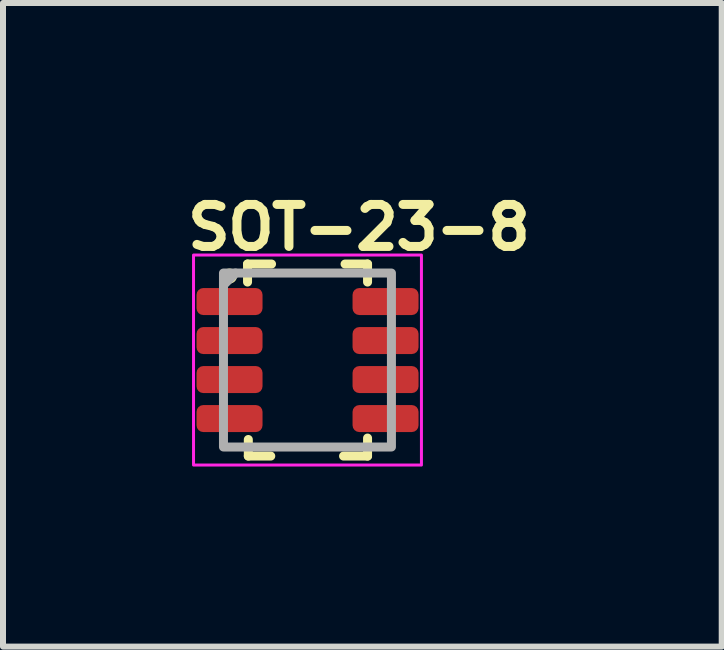
<source format=kicad_pcb>
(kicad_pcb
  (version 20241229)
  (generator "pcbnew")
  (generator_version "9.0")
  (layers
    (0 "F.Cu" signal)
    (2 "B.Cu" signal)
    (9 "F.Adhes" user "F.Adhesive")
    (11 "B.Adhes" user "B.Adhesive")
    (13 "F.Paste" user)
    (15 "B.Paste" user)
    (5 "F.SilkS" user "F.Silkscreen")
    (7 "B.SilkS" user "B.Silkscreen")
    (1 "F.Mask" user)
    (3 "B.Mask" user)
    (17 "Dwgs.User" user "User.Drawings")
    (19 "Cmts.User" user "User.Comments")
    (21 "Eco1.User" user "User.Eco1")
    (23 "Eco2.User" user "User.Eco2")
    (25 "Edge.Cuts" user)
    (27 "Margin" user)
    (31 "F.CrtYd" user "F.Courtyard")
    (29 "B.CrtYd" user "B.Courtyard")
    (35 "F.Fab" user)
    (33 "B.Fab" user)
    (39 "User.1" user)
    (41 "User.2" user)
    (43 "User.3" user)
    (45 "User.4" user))
  (footprint "SOT-23-8"
    (layer "F.Cu")
    (at 2.075 2.95)
    (property "Reference" "SOT-23-8" (at -2.075 -1.8 0) (layer "F.SilkS") (effects (font (size 0.7 0.7) (thickness 0.15)) (justify left bottom)))
    (attr smd)
    (fp_line (start -1 -1.6) (end -0.6 -1.6) (stroke (width 0.15) (type solid)) (layer "F.SilkS"))
    (fp_line (start -1 -1.3) (end -1 -1.6) (stroke (width 0.15) (type solid)) (layer "F.SilkS"))
    (fp_line (start -0.987 1.6) (end -0.987 1.324) (stroke (width 0.15) (type solid)) (layer "F.SilkS"))
    (fp_line (start -0.613 1.6) (end -0.987 1.6) (stroke (width 0.15) (type solid)) (layer "F.SilkS"))
    (fp_line (start 1 -1.6) (end 0.625 -1.6) (stroke (width 0.15) (type solid)) (layer "F.SilkS"))
    (fp_line (start 1 -1.3) (end 1 -1.6) (stroke (width 0.15) (type solid)) (layer "F.SilkS"))
    (fp_line (start 1 1.3) (end 1 1.6) (stroke (width 0.15) (type solid)) (layer "F.SilkS"))
    (fp_line (start 1 1.6) (end 0.6 1.6) (stroke (width 0.15) (type solid)) (layer "F.SilkS"))
    (fp_circle (center -1.3 -1.4) (end -1.25 -1.4) (stroke (width 0.15) (type solid)) (fill yes) (layer "F.SilkS"))
    (fp_rect (start -1.9 -1.75) (end 1.898 1.75) (stroke (width 0.05) (type solid)) (fill no) (layer "F.CrtYd"))
    (fp_line (start -1.4 -1.25) (end -1.2 -1.45) (stroke (width 0.15) (type solid)) (layer "F.Fab"))
    (fp_rect (start -1.401 -1.45) (end 1.398 1.449) (stroke (width 0.15) (type solid)) (fill no) (layer "F.Fab"))
    (fp_rect (start -1.401 -1.45) (end 1.398 1.449) (stroke (width 0.1) (type solid)) (fill no) (layer "User.5"))
    (fp_line (start -1.401 -1.125) (end -1.401 -0.826) (stroke (width 0.02) (type solid)) (layer "User.9"))
    (fp_line (start -1.401 -1.125) (end -1.18 -1.125) (stroke (width 0.02) (type solid)) (layer "User.9"))
    (fp_line (start -1.401 -0.476) (end -1.401 -0.176) (stroke (width 0.02) (type solid)) (layer "User.9"))
    (fp_line (start -1.401 -0.476) (end -1.18 -0.476) (stroke (width 0.02) (type solid)) (layer "User.9"))
    (fp_line (start -1.401 0.174) (end -1.401 0.474) (stroke (width 0.02) (type solid)) (layer "User.9"))
    (fp_line (start -1.401 0.174) (end -1.18 0.174) (stroke (width 0.02) (type solid)) (layer "User.9"))
    (fp_line (start -1.401 0.824) (end -1.401 1.124) (stroke (width 0.02) (type solid)) (layer "User.9"))
    (fp_line (start -1.401 0.824) (end -1.18 0.824) (stroke (width 0.02) (type solid)) (layer "User.9"))
    (fp_line (start -1.18 -1.125) (end -1.101 -1.125) (stroke (width 0.02) (type solid)) (layer "User.9"))
    (fp_line (start -1.18 -0.826) (end -1.401 -0.826) (stroke (width 0.02) (type solid)) (layer "User.9"))
    (fp_line (start -1.18 -0.476) (end -1.101 -0.476) (stroke (width 0.02) (type solid)) (layer "User.9"))
    (fp_line (start -1.18 -0.176) (end -1.401 -0.176) (stroke (width 0.02) (type solid)) (layer "User.9"))
    (fp_line (start -1.18 0.174) (end -1.101 0.174) (stroke (width 0.02) (type solid)) (layer "User.9"))
    (fp_line (start -1.18 0.474) (end -1.401 0.474) (stroke (width 0.02) (type solid)) (layer "User.9"))
    (fp_line (start -1.18 0.824) (end -1.101 0.824) (stroke (width 0.02) (type solid)) (layer "User.9"))
    (fp_line (start -1.18 1.124) (end -1.401 1.124) (stroke (width 0.02) (type solid)) (layer "User.9"))
    (fp_line (start -1.101 -1.125) (end -1.101 -0.826) (stroke (width 0.02) (type solid)) (layer "User.9"))
    (fp_line (start -1.101 -0.826) (end -1.18 -0.826) (stroke (width 0.02) (type solid)) (layer "User.9"))
    (fp_line (start -1.101 -0.476) (end -1.101 -0.176) (stroke (width 0.02) (type solid)) (layer "User.9"))
    (fp_line (start -1.101 -0.176) (end -1.18 -0.176) (stroke (width 0.02) (type solid)) (layer "User.9"))
    (fp_line (start -1.101 0.174) (end -1.101 0.474) (stroke (width 0.02) (type solid)) (layer "User.9"))
    (fp_line (start -1.101 0.474) (end -1.18 0.474) (stroke (width 0.02) (type solid)) (layer "User.9"))
    (fp_line (start -1.101 0.824) (end -1.101 1.124) (stroke (width 0.02) (type solid)) (layer "User.9"))
    (fp_line (start -1.101 1.124) (end -1.18 1.124) (stroke (width 0.02) (type solid)) (layer "User.9"))
    (fp_line (start -0.865 -1.125) (end -1.101 -1.125) (stroke (width 0.02) (type solid)) (layer "User.9"))
    (fp_line (start -0.865 -1.125) (end -0.802 -1.125) (stroke (width 0.02) (type solid)) (layer "User.9"))
    (fp_line (start -0.865 -0.826) (end -1.101 -0.826) (stroke (width 0.02) (type solid)) (layer "User.9"))
    (fp_line (start -0.865 -0.476) (end -1.101 -0.476) (stroke (width 0.02) (type solid)) (layer "User.9"))
    (fp_line (start -0.865 -0.476) (end -0.802 -0.476) (stroke (width 0.02) (type solid)) (layer "User.9"))
    (fp_line (start -0.865 -0.176) (end -1.101 -0.176) (stroke (width 0.02) (type solid)) (layer "User.9"))
    (fp_line (start -0.865 0.174) (end -1.101 0.174) (stroke (width 0.02) (type solid)) (layer "User.9"))
    (fp_line (start -0.865 0.174) (end -0.802 0.174) (stroke (width 0.02) (type solid)) (layer "User.9"))
    (fp_line (start -0.865 0.474) (end -1.101 0.474) (stroke (width 0.02) (type solid)) (layer "User.9"))
    (fp_line (start -0.865 0.824) (end -1.101 0.824) (stroke (width 0.02) (type solid)) (layer "User.9"))
    (fp_line (start -0.865 0.824) (end -0.802 0.824) (stroke (width 0.02) (type solid)) (layer "User.9"))
    (fp_line (start -0.865 1.124) (end -1.101 1.124) (stroke (width 0.02) (type solid)) (layer "User.9"))
    (fp_line (start -0.802 -1.45) (end -0.802 1.449) (stroke (width 0.02) (type solid)) (layer "User.9"))
    (fp_line (start -0.802 -1.45) (end -0.75 -1.401) (stroke (width 0.02) (type solid)) (layer "User.9"))
    (fp_line (start -0.802 -1.125) (end -0.802 -0.826) (stroke (width 0.02) (type solid)) (layer "User.9"))
    (fp_line (start -0.802 -0.826) (end -0.865 -0.826) (stroke (width 0.02) (type solid)) (layer "User.9"))
    (fp_line (start -0.802 -0.476) (end -0.802 -0.176) (stroke (width 0.02) (type solid)) (layer "User.9"))
    (fp_line (start -0.802 -0.176) (end -0.865 -0.176) (stroke (width 0.02) (type solid)) (layer "User.9"))
    (fp_line (start -0.802 0.174) (end -0.802 0.474) (stroke (width 0.02) (type solid)) (layer "User.9"))
    (fp_line (start -0.802 0.474) (end -0.865 0.474) (stroke (width 0.02) (type solid)) (layer "User.9"))
    (fp_line (start -0.802 0.824) (end -0.802 1.124) (stroke (width 0.02) (type solid)) (layer "User.9"))
    (fp_line (start -0.802 1.124) (end -0.865 1.124) (stroke (width 0.02) (type solid)) (layer "User.9"))
    (fp_line (start -0.802 1.449) (end -0.75 1.398) (stroke (width 0.02) (type solid)) (layer "User.9"))
    (fp_line (start -0.802 1.449) (end 0.8 1.449) (stroke (width 0.02) (type solid)) (layer "User.9"))
    (fp_line (start -0.75 1.398) (end -0.75 -1.401) (stroke (width 0.02) (type solid)) (layer "User.9"))
    (fp_line (start -0.552 -1.051) (end -0.551 -1.061) (stroke (width 0.02) (type solid)) (layer "User.9"))
    (fp_line (start -0.552 -1.051) (end -0.551 -1.041) (stroke (width 0.02) (type solid)) (layer "User.9"))
    (fp_line (start -0.551 -1.065) (end -0.551 -1.061) (stroke (width 0.02) (type solid)) (layer "User.9"))
    (fp_line (start -0.551 -1.061) (end -0.551 -1.057) (stroke (width 0.02) (type solid)) (layer "User.9"))
    (fp_line (start -0.551 -1.061) (end -0.55 -1.071) (stroke (width 0.02) (type solid)) (layer "User.9"))
    (fp_line (start -0.551 -1.057) (end -0.552 -1.051) (stroke (width 0.02) (type solid)) (layer "User.9"))
    (fp_line (start -0.551 -1.045) (end -0.552 -1.051) (stroke (width 0.02) (type solid)) (layer "User.9"))
    (fp_line (start -0.551 -1.041) (end -0.551 -1.045) (stroke (width 0.02) (type solid)) (layer "User.9"))
    (fp_line (start -0.551 -1.041) (end -0.55 -1.031) (stroke (width 0.02) (type solid)) (layer "User.9"))
    (fp_line (start -0.551 -1.037) (end -0.551 -1.041) (stroke (width 0.02) (type solid)) (layer "User.9"))
    (fp_line (start -0.55 -1.071) (end -0.551 -1.065) (stroke (width 0.02) (type solid)) (layer "User.9"))
    (fp_line (start -0.55 -1.071) (end -0.549 -1.081) (stroke (width 0.02) (type solid)) (layer "User.9"))
    (fp_line (start -0.55 -1.031) (end -0.551 -1.037) (stroke (width 0.02) (type solid)) (layer "User.9"))
    (fp_line (start -0.55 -1.031) (end -0.549 -1.022) (stroke (width 0.02) (type solid)) (layer "User.9"))
    (fp_line (start -0.549 -1.081) (end -0.549 -1.075) (stroke (width 0.02) (type solid)) (layer "User.9"))
    (fp_line (start -0.549 -1.081) (end -0.546 -1.091) (stroke (width 0.02) (type solid)) (layer "User.9"))
    (fp_line (start -0.549 -1.075) (end -0.55 -1.071) (stroke (width 0.02) (type solid)) (layer "User.9"))
    (fp_line (start -0.549 -1.027) (end -0.55 -1.031) (stroke (width 0.02) (type solid)) (layer "User.9"))
    (fp_line (start -0.549 -1.022) (end -0.549 -1.027) (stroke (width 0.02) (type solid)) (layer "User.9"))
    (fp_line (start -0.549 -1.022) (end -0.546 -1.012) (stroke (width 0.02) (type solid)) (layer "User.9"))
    (fp_line (start -0.548 -1.085) (end -0.549 -1.081) (stroke (width 0.02) (type solid)) (layer "User.9"))
    (fp_line (start -0.548 -1.016) (end -0.549 -1.022) (stroke (width 0.02) (type solid)) (layer "User.9"))
    (fp_line (start -0.546 -1.091) (end -0.548 -1.085) (stroke (width 0.02) (type solid)) (layer "User.9"))
    (fp_line (start -0.546 -1.091) (end -0.543 -1.099) (stroke (width 0.02) (type solid)) (layer "User.9"))
    (fp_line (start -0.546 -1.012) (end -0.548 -1.016) (stroke (width 0.02) (type solid)) (layer "User.9"))
    (fp_line (start -0.546 -1.012) (end -0.543 -1.002) (stroke (width 0.02) (type solid)) (layer "User.9"))
    (fp_line (start -0.545 -1.095) (end -0.546 -1.091) (stroke (width 0.02) (type solid)) (layer "User.9"))
    (fp_line (start -0.545 -1.008) (end -0.546 -1.012) (stroke (width 0.02) (type solid)) (layer "User.9"))
    (fp_line (start -0.543 -1.099) (end -0.545 -1.095) (stroke (width 0.02) (type solid)) (layer "User.9"))
    (fp_line (start -0.543 -1.099) (end -0.54 -1.109) (stroke (width 0.02) (type solid)) (layer "User.9"))
    (fp_line (start -0.543 -1.002) (end -0.545 -1.008) (stroke (width 0.02) (type solid)) (layer "User.9"))
    (fp_line (start -0.543 -1.002) (end -0.54 -0.993) (stroke (width 0.02) (type solid)) (layer "User.9"))
    (fp_line (start -0.542 -1.105) (end -0.543 -1.099) (stroke (width 0.02) (type solid)) (layer "User.9"))
    (fp_line (start -0.542 -0.997) (end -0.543 -1.002) (stroke (width 0.02) (type solid)) (layer "User.9"))
    (fp_line (start -0.54 -1.109) (end -0.542 -1.105) (stroke (width 0.02) (type solid)) (layer "User.9"))
    (fp_line (start -0.54 -1.109) (end -0.536 -1.117) (stroke (width 0.02) (type solid)) (layer "User.9"))
    (fp_line (start -0.54 -0.993) (end -0.542 -0.997) (stroke (width 0.02) (type solid)) (layer "User.9"))
    (fp_line (start -0.54 -0.993) (end -0.536 -0.984) (stroke (width 0.02) (type solid)) (layer "User.9"))
    (fp_line (start -0.538 -1.113) (end -0.54 -1.109) (stroke (width 0.02) (type solid)) (layer "User.9"))
    (fp_line (start -0.538 -0.988) (end -0.54 -0.993) (stroke (width 0.02) (type solid)) (layer "User.9"))
    (fp_line (start -0.536 -1.117) (end -0.538 -1.113) (stroke (width 0.02) (type solid)) (layer "User.9"))
    (fp_line (start -0.536 -1.117) (end -0.531 -1.125) (stroke (width 0.02) (type solid)) (layer "User.9"))
    (fp_line (start -0.536 -0.984) (end -0.538 -0.988) (stroke (width 0.02) (type solid)) (layer "User.9"))
    (fp_line (start -0.536 -0.984) (end -0.531 -0.975) (stroke (width 0.02) (type solid)) (layer "User.9"))
    (fp_line (start -0.534 -1.121) (end -0.536 -1.117) (stroke (width 0.02) (type solid)) (layer "User.9"))
    (fp_line (start -0.534 -0.98) (end -0.536 -0.984) (stroke (width 0.02) (type solid)) (layer "User.9"))
    (fp_line (start -0.531 -1.125) (end -0.534 -1.121) (stroke (width 0.02) (type solid)) (layer "User.9"))
    (fp_line (start -0.531 -1.125) (end -0.526 -1.135) (stroke (width 0.02) (type solid)) (layer "User.9"))
    (fp_line (start -0.531 -0.975) (end -0.534 -0.98) (stroke (width 0.02) (type solid)) (layer "User.9"))
    (fp_line (start -0.531 -0.975) (end -0.526 -0.967) (stroke (width 0.02) (type solid)) (layer "User.9"))
    (fp_line (start -0.529 -1.131) (end -0.531 -1.125) (stroke (width 0.02) (type solid)) (layer "User.9"))
    (fp_line (start -0.529 -0.971) (end -0.531 -0.975) (stroke (width 0.02) (type solid)) (layer "User.9"))
    (fp_line (start -0.526 -1.135) (end -0.529 -1.131) (stroke (width 0.02) (type solid)) (layer "User.9"))
    (fp_line (start -0.526 -1.135) (end -0.521 -1.143) (stroke (width 0.02) (type solid)) (layer "User.9"))
    (fp_line (start -0.526 -0.967) (end -0.529 -0.971) (stroke (width 0.02) (type solid)) (layer "User.9"))
    (fp_line (start -0.526 -0.967) (end -0.521 -0.96) (stroke (width 0.02) (type solid)) (layer "User.9"))
    (fp_line (start -0.524 -1.139) (end -0.526 -1.135) (stroke (width 0.02) (type solid)) (layer "User.9"))
    (fp_line (start -0.524 -0.963) (end -0.526 -0.967) (stroke (width 0.02) (type solid)) (layer "User.9"))
    (fp_line (start -0.521 -1.143) (end -0.524 -1.139) (stroke (width 0.02) (type solid)) (layer "User.9"))
    (fp_line (start -0.521 -1.143) (end -0.514 -1.149) (stroke (width 0.02) (type solid)) (layer "User.9"))
    (fp_line (start -0.521 -0.96) (end -0.524 -0.963) (stroke (width 0.02) (type solid)) (layer "User.9"))
    (fp_line (start -0.521 -0.96) (end -0.514 -0.953) (stroke (width 0.02) (type solid)) (layer "User.9"))
    (fp_line (start -0.518 -1.145) (end -0.521 -1.143) (stroke (width 0.02) (type solid)) (layer "User.9"))
    (fp_line (start -0.518 -0.957) (end -0.521 -0.96) (stroke (width 0.02) (type solid)) (layer "User.9"))
    (fp_line (start -0.514 -1.149) (end -0.518 -1.145) (stroke (width 0.02) (type solid)) (layer "User.9"))
    (fp_line (start -0.514 -1.149) (end -0.507 -1.156) (stroke (width 0.02) (type solid)) (layer "User.9"))
    (fp_line (start -0.514 -0.953) (end -0.518 -0.957) (stroke (width 0.02) (type solid)) (layer "User.9"))
    (fp_line (start -0.514 -0.953) (end -0.507 -0.946) (stroke (width 0.02) (type solid)) (layer "User.9"))
    (fp_line (start -0.51 -1.154) (end -0.514 -1.149) (stroke (width 0.02) (type solid)) (layer "User.9"))
    (fp_line (start -0.51 -0.949) (end -0.514 -0.953) (stroke (width 0.02) (type solid)) (layer "User.9"))
    (fp_line (start -0.507 -1.156) (end -0.51 -1.154) (stroke (width 0.02) (type solid)) (layer "User.9"))
    (fp_line (start -0.507 -1.156) (end -0.5 -1.164) (stroke (width 0.02) (type solid)) (layer "User.9"))
    (fp_line (start -0.507 -0.946) (end -0.51 -0.949) (stroke (width 0.02) (type solid)) (layer "User.9"))
    (fp_line (start -0.507 -0.946) (end -0.5 -0.939) (stroke (width 0.02) (type solid)) (layer "User.9"))
    (fp_line (start -0.503 -1.16) (end -0.507 -1.156) (stroke (width 0.02) (type solid)) (layer "User.9"))
    (fp_line (start -0.503 -0.942) (end -0.507 -0.946) (stroke (width 0.02) (type solid)) (layer "User.9"))
    (fp_line (start -0.5 -1.164) (end -0.503 -1.16) (stroke (width 0.02) (type solid)) (layer "User.9"))
    (fp_line (start -0.5 -1.164) (end -0.492 -1.17) (stroke (width 0.02) (type solid)) (layer "User.9"))
    (fp_line (start -0.5 -0.939) (end -0.503 -0.942) (stroke (width 0.02) (type solid)) (layer "User.9"))
    (fp_line (start -0.5 -0.939) (end -0.492 -0.933) (stroke (width 0.02) (type solid)) (layer "User.9"))
    (fp_line (start -0.496 -1.166) (end -0.5 -1.164) (stroke (width 0.02) (type solid)) (layer "User.9"))
    (fp_line (start -0.496 -0.936) (end -0.5 -0.939) (stroke (width 0.02) (type solid)) (layer "User.9"))
    (fp_line (start -0.492 -1.17) (end -0.496 -1.166) (stroke (width 0.02) (type solid)) (layer "User.9"))
    (fp_line (start -0.492 -1.17) (end -0.484 -1.176) (stroke (width 0.02) (type solid)) (layer "User.9"))
    (fp_line (start -0.492 -0.933) (end -0.496 -0.936) (stroke (width 0.02) (type solid)) (layer "User.9"))
    (fp_line (start -0.492 -0.933) (end -0.484 -0.927) (stroke (width 0.02) (type solid)) (layer "User.9"))
    (fp_line (start -0.488 -1.172) (end -0.492 -1.17) (stroke (width 0.02) (type solid)) (layer "User.9"))
    (fp_line (start -0.488 -0.93) (end -0.492 -0.933) (stroke (width 0.02) (type solid)) (layer "User.9"))
    (fp_line (start -0.484 -1.176) (end -0.488 -1.172) (stroke (width 0.02) (type solid)) (layer "User.9"))
    (fp_line (start -0.484 -1.176) (end -0.476 -1.18) (stroke (width 0.02) (type solid)) (layer "User.9"))
    (fp_line (start -0.484 -0.927) (end -0.488 -0.93) (stroke (width 0.02) (type solid)) (layer "User.9"))
    (fp_line (start -0.484 -0.927) (end -0.476 -0.922) (stroke (width 0.02) (type solid)) (layer "User.9"))
    (fp_line (start -0.48 -1.178) (end -0.484 -1.176) (stroke (width 0.02) (type solid)) (layer "User.9"))
    (fp_line (start -0.48 -0.924) (end -0.484 -0.927) (stroke (width 0.02) (type solid)) (layer "User.9"))
    (fp_line (start -0.476 -1.18) (end -0.48 -1.178) (stroke (width 0.02) (type solid)) (layer "User.9"))
    (fp_line (start -0.476 -1.18) (end -0.476 -1.18) (stroke (width 0.02) (type solid)) (layer "User.9"))
    (fp_line (start -0.476 -1.18) (end -0.476 -1.18) (stroke (width 0.02) (type solid)) (layer "User.9"))
    (fp_line (start -0.476 -1.18) (end -0.468 -1.186) (stroke (width 0.02) (type solid)) (layer "User.9"))
    (fp_line (start -0.476 -0.922) (end -0.48 -0.924) (stroke (width 0.02) (type solid)) (layer "User.9"))
    (fp_line (start -0.476 -0.922) (end -0.476 -0.922) (stroke (width 0.02) (type solid)) (layer "User.9"))
    (fp_line (start -0.476 -0.922) (end -0.476 -0.922) (stroke (width 0.02) (type solid)) (layer "User.9"))
    (fp_line (start -0.476 -0.922) (end -0.468 -0.917) (stroke (width 0.02) (type solid)) (layer "User.9"))
    (fp_line (start -0.468 -1.186) (end -0.476 -1.18) (stroke (width 0.02) (type solid)) (layer "User.9"))
    (fp_line (start -0.468 -1.186) (end -0.459 -1.19) (stroke (width 0.02) (type solid)) (layer "User.9"))
    (fp_line (start -0.468 -0.917) (end -0.476 -0.922) (stroke (width 0.02) (type solid)) (layer "User.9"))
    (fp_line (start -0.468 -0.917) (end -0.459 -0.913) (stroke (width 0.02) (type solid)) (layer "User.9"))
    (fp_line (start -0.459 -1.19) (end -0.468 -1.186) (stroke (width 0.02) (type solid)) (layer "User.9"))
    (fp_line (start -0.459 -1.19) (end -0.448 -1.194) (stroke (width 0.02) (type solid)) (layer "User.9"))
    (fp_line (start -0.459 -0.913) (end -0.468 -0.917) (stroke (width 0.02) (type solid)) (layer "User.9"))
    (fp_line (start -0.459 -0.913) (end -0.448 -0.909) (stroke (width 0.02) (type solid)) (layer "User.9"))
    (fp_line (start -0.448 -1.194) (end -0.459 -1.19) (stroke (width 0.02) (type solid)) (layer "User.9"))
    (fp_line (start -0.448 -1.194) (end -0.439 -1.196) (stroke (width 0.02) (type solid)) (layer "User.9"))
    (fp_line (start -0.448 -0.909) (end -0.459 -0.913) (stroke (width 0.02) (type solid)) (layer "User.9"))
    (fp_line (start -0.448 -0.909) (end -0.439 -0.907) (stroke (width 0.02) (type solid)) (layer "User.9"))
    (fp_line (start -0.439 -1.196) (end -0.448 -1.194) (stroke (width 0.02) (type solid)) (layer "User.9"))
    (fp_line (start -0.439 -1.196) (end -0.429 -1.198) (stroke (width 0.02) (type solid)) (layer "User.9"))
    (fp_line (start -0.439 -0.907) (end -0.448 -0.909) (stroke (width 0.02) (type solid)) (layer "User.9"))
    (fp_line (start -0.439 -0.907) (end -0.429 -0.904) (stroke (width 0.02) (type solid)) (layer "User.9"))
    (fp_line (start -0.429 -1.198) (end -0.439 -1.196) (stroke (width 0.02) (type solid)) (layer "User.9"))
    (fp_line (start -0.429 -1.198) (end -0.42 -1.2) (stroke (width 0.02) (type solid)) (layer "User.9"))
    (fp_line (start -0.429 -0.904) (end -0.439 -0.907) (stroke (width 0.02) (type solid)) (layer "User.9"))
    (fp_line (start -0.429 -0.904) (end -0.42 -0.903) (stroke (width 0.02) (type solid)) (layer "User.9"))
    (fp_line (start -0.42 -1.2) (end -0.429 -1.198) (stroke (width 0.02) (type solid)) (layer "User.9"))
    (fp_line (start -0.42 -1.2) (end -0.411 -1.2) (stroke (width 0.02) (type solid)) (layer "User.9"))
    (fp_line (start -0.42 -0.903) (end -0.429 -0.904) (stroke (width 0.02) (type solid)) (layer "User.9"))
    (fp_line (start -0.42 -0.903) (end -0.411 -0.902) (stroke (width 0.02) (type solid)) (layer "User.9"))
    (fp_line (start -0.411 -1.2) (end -0.42 -1.2) (stroke (width 0.02) (type solid)) (layer "User.9"))
    (fp_line (start -0.411 -1.2) (end -0.402 -1.2) (stroke (width 0.02) (type solid)) (layer "User.9"))
    (fp_line (start -0.411 -0.902) (end -0.42 -0.903) (stroke (width 0.02) (type solid)) (layer "User.9"))
    (fp_line (start -0.411 -0.902) (end -0.402 -0.902) (stroke (width 0.02) (type solid)) (layer "User.9"))
    (fp_line (start -0.402 -1.2) (end -0.411 -1.2) (stroke (width 0.02) (type solid)) (layer "User.9"))
    (fp_line (start -0.402 -1.2) (end -0.392 -1.2) (stroke (width 0.02) (type solid)) (layer "User.9"))
    (fp_line (start -0.402 -0.902) (end -0.411 -0.902) (stroke (width 0.02) (type solid)) (layer "User.9"))
    (fp_line (start -0.402 -0.902) (end -0.392 -0.902) (stroke (width 0.02) (type solid)) (layer "User.9"))
    (fp_line (start -0.392 -1.2) (end -0.402 -1.2) (stroke (width 0.02) (type solid)) (layer "User.9"))
    (fp_line (start -0.392 -1.2) (end -0.381 -1.2) (stroke (width 0.02) (type solid)) (layer "User.9"))
    (fp_line (start -0.392 -0.902) (end -0.402 -0.902) (stroke (width 0.02) (type solid)) (layer "User.9"))
    (fp_line (start -0.392 -0.902) (end -0.381 -0.903) (stroke (width 0.02) (type solid)) (layer "User.9"))
    (fp_line (start -0.381 -1.2) (end -0.392 -1.2) (stroke (width 0.02) (type solid)) (layer "User.9"))
    (fp_line (start -0.381 -1.2) (end -0.372 -1.198) (stroke (width 0.02) (type solid)) (layer "User.9"))
    (fp_line (start -0.381 -0.903) (end -0.392 -0.902) (stroke (width 0.02) (type solid)) (layer "User.9"))
    (fp_line (start -0.381 -0.903) (end -0.372 -0.904) (stroke (width 0.02) (type solid)) (layer "User.9"))
    (fp_line (start -0.372 -1.198) (end -0.381 -1.2) (stroke (width 0.02) (type solid)) (layer "User.9"))
    (fp_line (start -0.372 -1.198) (end -0.362 -1.196) (stroke (width 0.02) (type solid)) (layer "User.9"))
    (fp_line (start -0.372 -0.904) (end -0.381 -0.903) (stroke (width 0.02) (type solid)) (layer "User.9"))
    (fp_line (start -0.372 -0.904) (end -0.362 -0.907) (stroke (width 0.02) (type solid)) (layer "User.9"))
    (fp_line (start -0.362 -1.196) (end -0.372 -1.198) (stroke (width 0.02) (type solid)) (layer "User.9"))
    (fp_line (start -0.362 -1.196) (end -0.353 -1.194) (stroke (width 0.02) (type solid)) (layer "User.9"))
    (fp_line (start -0.362 -0.907) (end -0.372 -0.904) (stroke (width 0.02) (type solid)) (layer "User.9"))
    (fp_line (start -0.362 -0.907) (end -0.353 -0.909) (stroke (width 0.02) (type solid)) (layer "User.9"))
    (fp_line (start -0.353 -1.194) (end -0.362 -1.196) (stroke (width 0.02) (type solid)) (layer "User.9"))
    (fp_line (start -0.353 -1.194) (end -0.344 -1.19) (stroke (width 0.02) (type solid)) (layer "User.9"))
    (fp_line (start -0.353 -0.909) (end -0.362 -0.907) (stroke (width 0.02) (type solid)) (layer "User.9"))
    (fp_line (start -0.353 -0.909) (end -0.344 -0.913) (stroke (width 0.02) (type solid)) (layer "User.9"))
    (fp_line (start -0.344 -1.19) (end -0.353 -1.194) (stroke (width 0.02) (type solid)) (layer "User.9"))
    (fp_line (start -0.344 -1.19) (end -0.335 -1.186) (stroke (width 0.02) (type solid)) (layer "User.9"))
    (fp_line (start -0.344 -0.913) (end -0.353 -0.909) (stroke (width 0.02) (type solid)) (layer "User.9"))
    (fp_line (start -0.344 -0.913) (end -0.335 -0.917) (stroke (width 0.02) (type solid)) (layer "User.9"))
    (fp_line (start -0.335 -1.186) (end -0.344 -1.19) (stroke (width 0.02) (type solid)) (layer "User.9"))
    (fp_line (start -0.335 -1.186) (end -0.327 -1.18) (stroke (width 0.02) (type solid)) (layer "User.9"))
    (fp_line (start -0.335 -0.917) (end -0.344 -0.913) (stroke (width 0.02) (type solid)) (layer "User.9"))
    (fp_line (start -0.335 -0.917) (end -0.327 -0.922) (stroke (width 0.02) (type solid)) (layer "User.9"))
    (fp_line (start -0.327 -1.18) (end -0.335 -1.186) (stroke (width 0.02) (type solid)) (layer "User.9"))
    (fp_line (start -0.327 -1.18) (end -0.327 -1.18) (stroke (width 0.02) (type solid)) (layer "User.9"))
    (fp_line (start -0.327 -1.18) (end -0.327 -1.18) (stroke (width 0.02) (type solid)) (layer "User.9"))
    (fp_line (start -0.327 -1.18) (end -0.322 -1.178) (stroke (width 0.02) (type solid)) (layer "User.9"))
    (fp_line (start -0.327 -0.922) (end -0.335 -0.917) (stroke (width 0.02) (type solid)) (layer "User.9"))
    (fp_line (start -0.327 -0.922) (end -0.327 -0.922) (stroke (width 0.02) (type solid)) (layer "User.9"))
    (fp_line (start -0.327 -0.922) (end -0.327 -0.922) (stroke (width 0.02) (type solid)) (layer "User.9"))
    (fp_line (start -0.327 -0.922) (end -0.322 -0.924) (stroke (width 0.02) (type solid)) (layer "User.9"))
    (fp_line (start -0.322 -1.178) (end -0.317 -1.176) (stroke (width 0.02) (type solid)) (layer "User.9"))
    (fp_line (start -0.322 -0.924) (end -0.317 -0.927) (stroke (width 0.02) (type solid)) (layer "User.9"))
    (fp_line (start -0.317 -1.176) (end -0.327 -1.18) (stroke (width 0.02) (type solid)) (layer "User.9"))
    (fp_line (start -0.317 -1.176) (end -0.313 -1.172) (stroke (width 0.02) (type solid)) (layer "User.9"))
    (fp_line (start -0.317 -0.927) (end -0.327 -0.922) (stroke (width 0.02) (type solid)) (layer "User.9"))
    (fp_line (start -0.317 -0.927) (end -0.313 -0.93) (stroke (width 0.02) (type solid)) (layer "User.9"))
    (fp_line (start -0.313 -1.172) (end -0.309 -1.17) (stroke (width 0.02) (type solid)) (layer "User.9"))
    (fp_line (start -0.313 -0.93) (end -0.309 -0.933) (stroke (width 0.02) (type solid)) (layer "User.9"))
    (fp_line (start -0.309 -1.17) (end -0.317 -1.176) (stroke (width 0.02) (type solid)) (layer "User.9"))
    (fp_line (start -0.309 -1.17) (end -0.305 -1.166) (stroke (width 0.02) (type solid)) (layer "User.9"))
    (fp_line (start -0.309 -0.933) (end -0.317 -0.927) (stroke (width 0.02) (type solid)) (layer "User.9"))
    (fp_line (start -0.309 -0.933) (end -0.305 -0.936) (stroke (width 0.02) (type solid)) (layer "User.9"))
    (fp_line (start -0.305 -1.166) (end -0.301 -1.164) (stroke (width 0.02) (type solid)) (layer "User.9"))
    (fp_line (start -0.305 -0.936) (end -0.301 -0.939) (stroke (width 0.02) (type solid)) (layer "User.9"))
    (fp_line (start -0.301 -1.164) (end -0.309 -1.17) (stroke (width 0.02) (type solid)) (layer "User.9"))
    (fp_line (start -0.301 -1.164) (end -0.298 -1.16) (stroke (width 0.02) (type solid)) (layer "User.9"))
    (fp_line (start -0.301 -0.939) (end -0.309 -0.933) (stroke (width 0.02) (type solid)) (layer "User.9"))
    (fp_line (start -0.301 -0.939) (end -0.298 -0.942) (stroke (width 0.02) (type solid)) (layer "User.9"))
    (fp_line (start -0.298 -1.16) (end -0.294 -1.156) (stroke (width 0.02) (type solid)) (layer "User.9"))
    (fp_line (start -0.298 -0.942) (end -0.294 -0.946) (stroke (width 0.02) (type solid)) (layer "User.9"))
    (fp_line (start -0.294 -1.156) (end -0.301 -1.164) (stroke (width 0.02) (type solid)) (layer "User.9"))
    (fp_line (start -0.294 -1.156) (end -0.291 -1.154) (stroke (width 0.02) (type solid)) (layer "User.9"))
    (fp_line (start -0.294 -0.946) (end -0.301 -0.939) (stroke (width 0.02) (type solid)) (layer "User.9"))
    (fp_line (start -0.294 -0.946) (end -0.291 -0.949) (stroke (width 0.02) (type solid)) (layer "User.9"))
    (fp_line (start -0.291 -1.154) (end -0.289 -1.149) (stroke (width 0.02) (type solid)) (layer "User.9"))
    (fp_line (start -0.291 -0.949) (end -0.289 -0.953) (stroke (width 0.02) (type solid)) (layer "User.9"))
    (fp_line (start -0.289 -1.149) (end -0.294 -1.156) (stroke (width 0.02) (type solid)) (layer "User.9"))
    (fp_line (start -0.289 -1.149) (end -0.285 -1.145) (stroke (width 0.02) (type solid)) (layer "User.9"))
    (fp_line (start -0.289 -0.953) (end -0.294 -0.946) (stroke (width 0.02) (type solid)) (layer "User.9"))
    (fp_line (start -0.289 -0.953) (end -0.285 -0.957) (stroke (width 0.02) (type solid)) (layer "User.9"))
    (fp_line (start -0.285 -1.145) (end -0.282 -1.143) (stroke (width 0.02) (type solid)) (layer "User.9"))
    (fp_line (start -0.285 -0.957) (end -0.282 -0.96) (stroke (width 0.02) (type solid)) (layer "User.9"))
    (fp_line (start -0.282 -1.143) (end -0.289 -1.149) (stroke (width 0.02) (type solid)) (layer "User.9"))
    (fp_line (start -0.282 -1.143) (end -0.279 -1.139) (stroke (width 0.02) (type solid)) (layer "User.9"))
    (fp_line (start -0.282 -0.96) (end -0.289 -0.953) (stroke (width 0.02) (type solid)) (layer "User.9"))
    (fp_line (start -0.282 -0.96) (end -0.279 -0.963) (stroke (width 0.02) (type solid)) (layer "User.9"))
    (fp_line (start -0.279 -1.139) (end -0.277 -1.135) (stroke (width 0.02) (type solid)) (layer "User.9"))
    (fp_line (start -0.279 -0.963) (end -0.277 -0.967) (stroke (width 0.02) (type solid)) (layer "User.9"))
    (fp_line (start -0.277 -1.135) (end -0.282 -1.143) (stroke (width 0.02) (type solid)) (layer "User.9"))
    (fp_line (start -0.277 -1.135) (end -0.274 -1.131) (stroke (width 0.02) (type solid)) (layer "User.9"))
    (fp_line (start -0.277 -0.967) (end -0.282 -0.96) (stroke (width 0.02) (type solid)) (layer "User.9"))
    (fp_line (start -0.277 -0.967) (end -0.274 -0.971) (stroke (width 0.02) (type solid)) (layer "User.9"))
    (fp_line (start -0.274 -1.131) (end -0.272 -1.125) (stroke (width 0.02) (type solid)) (layer "User.9"))
    (fp_line (start -0.274 -0.971) (end -0.272 -0.975) (stroke (width 0.02) (type solid)) (layer "User.9"))
    (fp_line (start -0.272 -1.125) (end -0.277 -1.135) (stroke (width 0.02) (type solid)) (layer "User.9"))
    (fp_line (start -0.272 -1.125) (end -0.269 -1.121) (stroke (width 0.02) (type solid)) (layer "User.9"))
    (fp_line (start -0.272 -0.975) (end -0.277 -0.967) (stroke (width 0.02) (type solid)) (layer "User.9"))
    (fp_line (start -0.272 -0.975) (end -0.269 -0.98) (stroke (width 0.02) (type solid)) (layer "User.9"))
    (fp_line (start -0.269 -1.121) (end -0.267 -1.117) (stroke (width 0.02) (type solid)) (layer "User.9"))
    (fp_line (start -0.269 -0.98) (end -0.267 -0.984) (stroke (width 0.02) (type solid)) (layer "User.9"))
    (fp_line (start -0.267 -1.117) (end -0.272 -1.125) (stroke (width 0.02) (type solid)) (layer "User.9"))
    (fp_line (start -0.267 -1.117) (end -0.265 -1.113) (stroke (width 0.02) (type solid)) (layer "User.9"))
    (fp_line (start -0.267 -0.984) (end -0.272 -0.975) (stroke (width 0.02) (type solid)) (layer "User.9"))
    (fp_line (start -0.267 -0.984) (end -0.265 -0.988) (stroke (width 0.02) (type solid)) (layer "User.9"))
    (fp_line (start -0.265 -1.113) (end -0.263 -1.109) (stroke (width 0.02) (type solid)) (layer "User.9"))
    (fp_line (start -0.265 -0.988) (end -0.263 -0.993) (stroke (width 0.02) (type solid)) (layer "User.9"))
    (fp_line (start -0.263 -1.109) (end -0.267 -1.117) (stroke (width 0.02) (type solid)) (layer "User.9"))
    (fp_line (start -0.263 -1.109) (end -0.261 -1.105) (stroke (width 0.02) (type solid)) (layer "User.9"))
    (fp_line (start -0.263 -0.993) (end -0.267 -0.984) (stroke (width 0.02) (type solid)) (layer "User.9"))
    (fp_line (start -0.263 -0.993) (end -0.261 -0.997) (stroke (width 0.02) (type solid)) (layer "User.9"))
    (fp_line (start -0.261 -1.105) (end -0.26 -1.099) (stroke (width 0.02) (type solid)) (layer "User.9"))
    (fp_line (start -0.261 -0.997) (end -0.26 -1.002) (stroke (width 0.02) (type solid)) (layer "User.9"))
    (fp_line (start -0.26 -1.099) (end -0.263 -1.109) (stroke (width 0.02) (type solid)) (layer "User.9"))
    (fp_line (start -0.26 -1.099) (end -0.258 -1.095) (stroke (width 0.02) (type solid)) (layer "User.9"))
    (fp_line (start -0.26 -1.002) (end -0.263 -0.993) (stroke (width 0.02) (type solid)) (layer "User.9"))
    (fp_line (start -0.26 -1.002) (end -0.258 -1.008) (stroke (width 0.02) (type solid)) (layer "User.9"))
    (fp_line (start -0.258 -1.095) (end -0.256 -1.091) (stroke (width 0.02) (type solid)) (layer "User.9"))
    (fp_line (start -0.258 -1.008) (end -0.256 -1.012) (stroke (width 0.02) (type solid)) (layer "User.9"))
    (fp_line (start -0.256 -1.091) (end -0.26 -1.099) (stroke (width 0.02) (type solid)) (layer "User.9"))
    (fp_line (start -0.256 -1.091) (end -0.254 -1.085) (stroke (width 0.02) (type solid)) (layer "User.9"))
    (fp_line (start -0.256 -1.012) (end -0.26 -1.002) (stroke (width 0.02) (type solid)) (layer "User.9"))
    (fp_line (start -0.256 -1.012) (end -0.254 -1.016) (stroke (width 0.02) (type solid)) (layer "User.9"))
    (fp_line (start -0.254 -1.085) (end -0.253 -1.081) (stroke (width 0.02) (type solid)) (layer "User.9"))
    (fp_line (start -0.254 -1.016) (end -0.253 -1.022) (stroke (width 0.02) (type solid)) (layer "User.9"))
    (fp_line (start -0.253 -1.081) (end -0.256 -1.091) (stroke (width 0.02) (type solid)) (layer "User.9"))
    (fp_line (start -0.253 -1.081) (end -0.253 -1.075) (stroke (width 0.02) (type solid)) (layer "User.9"))
    (fp_line (start -0.253 -1.075) (end -0.252 -1.071) (stroke (width 0.02) (type solid)) (layer "User.9"))
    (fp_line (start -0.253 -1.027) (end -0.252 -1.031) (stroke (width 0.02) (type solid)) (layer "User.9"))
    (fp_line (start -0.253 -1.022) (end -0.256 -1.012) (stroke (width 0.02) (type solid)) (layer "User.9"))
    (fp_line (start -0.253 -1.022) (end -0.253 -1.027) (stroke (width 0.02) (type solid)) (layer "User.9"))
    (fp_line (start -0.252 -1.071) (end -0.253 -1.081) (stroke (width 0.02) (type solid)) (layer "User.9"))
    (fp_line (start -0.252 -1.071) (end -0.251 -1.065) (stroke (width 0.02) (type solid)) (layer "User.9"))
    (fp_line (start -0.252 -1.031) (end -0.253 -1.022) (stroke (width 0.02) (type solid)) (layer "User.9"))
    (fp_line (start -0.252 -1.031) (end -0.251 -1.037) (stroke (width 0.02) (type solid)) (layer "User.9"))
    (fp_line (start -0.251 -1.065) (end -0.251 -1.061) (stroke (width 0.02) (type solid)) (layer "User.9"))
    (fp_line (start -0.251 -1.061) (end -0.252 -1.071) (stroke (width 0.02) (type solid)) (layer "User.9"))
    (fp_line (start -0.251 -1.061) (end -0.251 -1.057) (stroke (width 0.02) (type solid)) (layer "User.9"))
    (fp_line (start -0.251 -1.057) (end -0.25 -1.051) (stroke (width 0.02) (type solid)) (layer "User.9"))
    (fp_line (start -0.251 -1.045) (end -0.25 -1.051) (stroke (width 0.02) (type solid)) (layer "User.9"))
    (fp_line (start -0.251 -1.041) (end -0.252 -1.031) (stroke (width 0.02) (type solid)) (layer "User.9"))
    (fp_line (start -0.251 -1.041) (end -0.251 -1.045) (stroke (width 0.02) (type solid)) (layer "User.9"))
    (fp_line (start -0.251 -1.037) (end -0.251 -1.041) (stroke (width 0.02) (type solid)) (layer "User.9"))
    (fp_line (start -0.25 -1.051) (end -0.251 -1.061) (stroke (width 0.02) (type solid)) (layer "User.9"))
    (fp_line (start -0.25 -1.051) (end -0.251 -1.041) (stroke (width 0.02) (type solid)) (layer "User.9"))
    (fp_line (start 0.748 -1.401) (end -0.75 -1.401) (stroke (width 0.02) (type solid)) (layer "User.9"))
    (fp_line (start 0.748 -1.401) (end 0.748 1.398) (stroke (width 0.02) (type solid)) (layer "User.9"))
    (fp_line (start 0.748 -1.401) (end 0.8 -1.45) (stroke (width 0.02) (type solid)) (layer "User.9"))
    (fp_line (start 0.748 1.398) (end -0.75 1.398) (stroke (width 0.02) (type solid)) (layer "User.9"))
    (fp_line (start 0.8 -1.45) (end -0.802 -1.45) (stroke (width 0.02) (type solid)) (layer "User.9"))
    (fp_line (start 0.8 -1.125) (end 0.8 -0.826) (stroke (width 0.02) (type solid)) (layer "User.9"))
    (fp_line (start 0.8 -1.125) (end 0.863 -1.125) (stroke (width 0.02) (type solid)) (layer "User.9"))
    (fp_line (start 0.8 -0.826) (end 0.863 -0.826) (stroke (width 0.02) (type solid)) (layer "User.9"))
    (fp_line (start 0.8 -0.476) (end 0.8 -0.176) (stroke (width 0.02) (type solid)) (layer "User.9"))
    (fp_line (start 0.8 -0.476) (end 0.863 -0.476) (stroke (width 0.02) (type solid)) (layer "User.9"))
    (fp_line (start 0.8 -0.176) (end 0.863 -0.176) (stroke (width 0.02) (type solid)) (layer "User.9"))
    (fp_line (start 0.8 0.174) (end 0.8 0.474) (stroke (width 0.02) (type solid)) (layer "User.9"))
    (fp_line (start 0.8 0.174) (end 0.863 0.174) (stroke (width 0.02) (type solid)) (layer "User.9"))
    (fp_line (start 0.8 0.474) (end 0.863 0.474) (stroke (width 0.02) (type solid)) (layer "User.9"))
    (fp_line (start 0.8 0.824) (end 0.8 1.124) (stroke (width 0.02) (type solid)) (layer "User.9"))
    (fp_line (start 0.8 0.824) (end 0.863 0.824) (stroke (width 0.02) (type solid)) (layer "User.9"))
    (fp_line (start 0.8 1.124) (end 0.863 1.124) (stroke (width 0.02) (type solid)) (layer "User.9"))
    (fp_line (start 0.8 1.449) (end 0.748 1.398) (stroke (width 0.02) (type solid)) (layer "User.9"))
    (fp_line (start 0.8 1.449) (end 0.8 -1.45) (stroke (width 0.02) (type solid)) (layer "User.9"))
    (fp_line (start 0.863 -0.826) (end 1.1 -0.826) (stroke (width 0.02) (type solid)) (layer "User.9"))
    (fp_line (start 0.863 -0.176) (end 1.1 -0.176) (stroke (width 0.02) (type solid)) (layer "User.9"))
    (fp_line (start 0.863 0.474) (end 1.1 0.474) (stroke (width 0.02) (type solid)) (layer "User.9"))
    (fp_line (start 0.863 1.124) (end 1.1 1.124) (stroke (width 0.02) (type solid)) (layer "User.9"))
    (fp_line (start 1.1 -1.125) (end 0.863 -1.125) (stroke (width 0.02) (type solid)) (layer "User.9"))
    (fp_line (start 1.1 -1.125) (end 1.179 -1.125) (stroke (width 0.02) (type solid)) (layer "User.9"))
    (fp_line (start 1.1 -0.826) (end 1.1 -1.125) (stroke (width 0.02) (type solid)) (layer "User.9"))
    (fp_line (start 1.1 -0.826) (end 1.179 -0.826) (stroke (width 0.02) (type solid)) (layer "User.9"))
    (fp_line (start 1.1 -0.476) (end 0.863 -0.476) (stroke (width 0.02) (type solid)) (layer "User.9"))
    (fp_line (start 1.1 -0.476) (end 1.179 -0.476) (stroke (width 0.02) (type solid)) (layer "User.9"))
    (fp_line (start 1.1 -0.176) (end 1.1 -0.476) (stroke (width 0.02) (type solid)) (layer "User.9"))
    (fp_line (start 1.1 -0.176) (end 1.179 -0.176) (stroke (width 0.02) (type solid)) (layer "User.9"))
    (fp_line (start 1.1 0.174) (end 0.863 0.174) (stroke (width 0.02) (type solid)) (layer "User.9"))
    (fp_line (start 1.1 0.174) (end 1.179 0.174) (stroke (width 0.02) (type solid)) (layer "User.9"))
    (fp_line (start 1.1 0.474) (end 1.1 0.174) (stroke (width 0.02) (type solid)) (layer "User.9"))
    (fp_line (start 1.1 0.474) (end 1.179 0.474) (stroke (width 0.02) (type solid)) (layer "User.9"))
    (fp_line (start 1.1 0.824) (end 0.863 0.824) (stroke (width 0.02) (type solid)) (layer "User.9"))
    (fp_line (start 1.1 0.824) (end 1.179 0.824) (stroke (width 0.02) (type solid)) (layer "User.9"))
    (fp_line (start 1.1 1.124) (end 1.1 0.824) (stroke (width 0.02) (type solid)) (layer "User.9"))
    (fp_line (start 1.1 1.124) (end 1.179 1.124) (stroke (width 0.02) (type solid)) (layer "User.9"))
    (fp_line (start 1.179 -1.125) (end 1.398 -1.125) (stroke (width 0.02) (type solid)) (layer "User.9"))
    (fp_line (start 1.179 -0.826) (end 1.398 -0.826) (stroke (width 0.02) (type solid)) (layer "User.9"))
    (fp_line (start 1.179 -0.476) (end 1.398 -0.476) (stroke (width 0.02) (type solid)) (layer "User.9"))
    (fp_line (start 1.179 -0.176) (end 1.398 -0.176) (stroke (width 0.02) (type solid)) (layer "User.9"))
    (fp_line (start 1.179 0.174) (end 1.398 0.174) (stroke (width 0.02) (type solid)) (layer "User.9"))
    (fp_line (start 1.179 0.474) (end 1.398 0.474) (stroke (width 0.02) (type solid)) (layer "User.9"))
    (fp_line (start 1.179 0.824) (end 1.398 0.824) (stroke (width 0.02) (type solid)) (layer "User.9"))
    (fp_line (start 1.179 1.124) (end 1.398 1.124) (stroke (width 0.02) (type solid)) (layer "User.9"))
    (fp_line (start 1.398 -0.826) (end 1.398 -1.125) (stroke (width 0.02) (type solid)) (layer "User.9"))
    (fp_line (start 1.398 -0.176) (end 1.398 -0.476) (stroke (width 0.02) (type solid)) (layer "User.9"))
    (fp_line (start 1.398 0.474) (end 1.398 0.174) (stroke (width 0.02) (type solid)) (layer "User.9"))
    (fp_line (start 1.398 1.124) (end 1.398 0.824) (stroke (width 0.02) (type solid)) (layer "User.9"))
    (pad "1" smd roundrect (at -1.3 -0.975 270) (size 0.45 1.1) (layers "F.Cu" "F.Mask" "F.Paste") (roundrect_rratio 0.25))
    (pad "2" smd roundrect (at -1.3 -0.325 270) (size 0.45 1.1) (layers "F.Cu" "F.Mask" "F.Paste") (roundrect_rratio 0.25))
    (pad "3" smd roundrect (at -1.3 0.325 270) (size 0.45 1.1) (layers "F.Cu" "F.Mask" "F.Paste") (roundrect_rratio 0.25))
    (pad "4" smd roundrect (at -1.3 0.975 270) (size 0.45 1.1) (layers "F.Cu" "F.Mask" "F.Paste") (roundrect_rratio 0.25))
    (pad "5" smd roundrect (at 1.3 0.975 270) (size 0.45 1.1) (layers "F.Cu" "F.Mask" "F.Paste") (roundrect_rratio 0.25))
    (pad "6" smd roundrect (at 1.3 0.325 270) (size 0.45 1.1) (layers "F.Cu" "F.Mask" "F.Paste") (roundrect_rratio 0.25))
    (pad "7" smd roundrect (at 1.3 -0.325 270) (size 0.45 1.1) (layers "F.Cu" "F.Mask" "F.Paste") (roundrect_rratio 0.25))
    (pad "8" smd roundrect (at 1.3 -0.975 270) (size 0.45 1.1) (layers "F.Cu" "F.Mask" "F.Paste") (roundrect_rratio 0.25)))
  (gr_rect
    (start -3 -3)
    (end 8.977 7.725)
    (stroke (width 0.1) (type default))
    (fill no)
    (layer "Edge.Cuts")))
</source>
